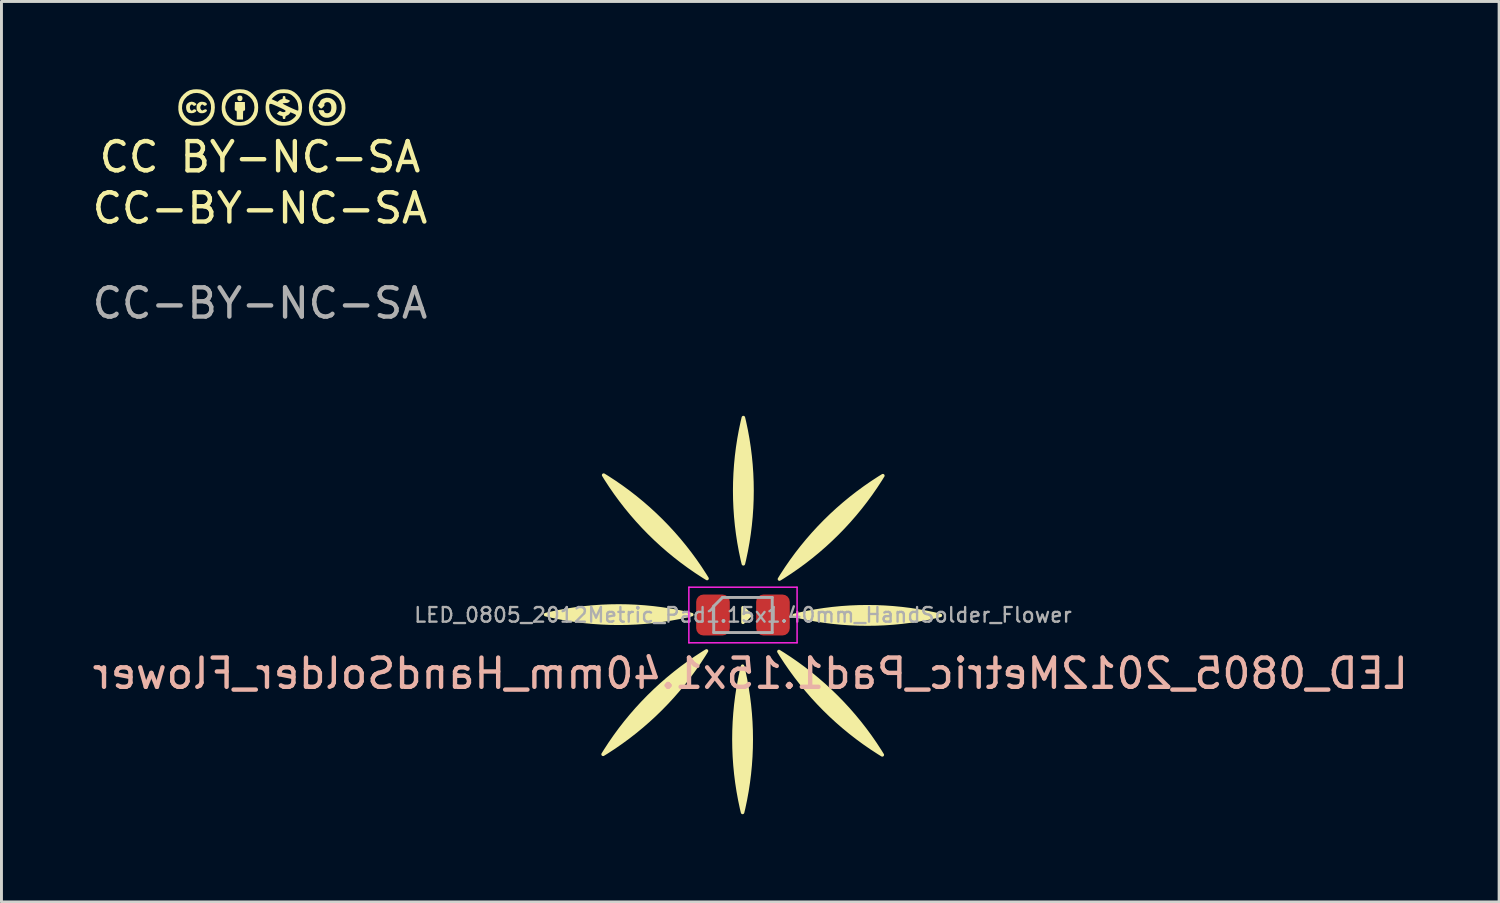
<source format=kicad_pcb>
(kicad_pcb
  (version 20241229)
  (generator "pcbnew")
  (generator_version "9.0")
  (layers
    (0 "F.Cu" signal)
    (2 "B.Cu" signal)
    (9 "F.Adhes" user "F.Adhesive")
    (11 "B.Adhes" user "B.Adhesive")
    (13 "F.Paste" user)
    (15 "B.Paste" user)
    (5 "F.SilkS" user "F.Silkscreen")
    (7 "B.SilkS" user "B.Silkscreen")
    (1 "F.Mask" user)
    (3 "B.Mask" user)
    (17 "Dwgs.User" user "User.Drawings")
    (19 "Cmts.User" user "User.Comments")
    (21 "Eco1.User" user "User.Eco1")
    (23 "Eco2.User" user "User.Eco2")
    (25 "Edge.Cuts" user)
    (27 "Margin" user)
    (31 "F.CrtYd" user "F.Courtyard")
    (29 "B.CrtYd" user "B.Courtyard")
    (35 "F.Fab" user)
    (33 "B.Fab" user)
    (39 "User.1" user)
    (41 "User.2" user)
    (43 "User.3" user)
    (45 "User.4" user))
  (footprint "LED_0805_2012Metric_Pad1.15x1.40mm_HandSolder_Flower"
    (layer "F.Cu")
    (at 22.351 17.976)
    (property "Reference" "LED_0805_2012Metric_Pad1.15x1.40mm_HandSolder_Flower" (at 0.25 2 0) (layer "B.SilkS") (effects (font (size 1 1) (thickness 0.15)) (justify mirror)))
    (attr smd)
    (fp_poly (pts (xy 0.25 0) (xy 0 0.25) (xy 0 -0.25)) (stroke (width 0.12) (type solid)) (fill yes) (layer "F.SilkS"))
    (fp_poly (pts (arc (start -6.75 -0.013437) (mid -4.25 0.282264) (end -1.75 -0.013437)) (arc (start -1.75 -0.013437) (mid -4.25 -0.30914) (end -6.75 -0.013437))) (stroke (width 0.12) (type solid)) (fill yes) (layer "F.SilkS"))
    (fp_poly (pts (arc (start -4.782472 4.763469) (mid -2.805613 3.204794) (end -1.246938 1.227935)) (arc (start -1.246938 1.227935) (mid -3.223799 2.786608) (end -4.782472 4.763469))) (stroke (width 0.12) (type solid)) (fill yes) (layer "F.SilkS"))
    (fp_poly (pts (arc (start -4.763469 -4.782472) (mid -3.204794 -2.805613) (end -1.227935 -1.246938)) (arc (start -1.227935 -1.246938) (mid -2.786608 -3.223799) (end -4.763469 -4.782472))) (stroke (width 0.12) (type solid)) (fill yes) (layer "F.SilkS"))
    (fp_poly (pts (arc (start -0.013437 6.75) (mid 0.282264 4.25) (end -0.013437 1.75)) (arc (start -0.013437 1.75) (mid -0.30914 4.25) (end -0.013437 6.75))) (stroke (width 0.12) (type solid)) (fill yes) (layer "F.SilkS"))
    (fp_poly (pts (arc (start 0.013437 -6.75) (mid -0.282264 -4.25) (end 0.013437 -1.75)) (arc (start 0.013437 -1.75) (mid 0.30914 -4.25) (end 0.013437 -6.75))) (stroke (width 0.12) (type solid)) (fill yes) (layer "F.SilkS"))
    (fp_poly (pts (arc (start 4.763469 4.782472) (mid 3.204794 2.805613) (end 1.227935 1.246938)) (arc (start 1.227935 1.246938) (mid 2.786608 3.223799) (end 4.763469 4.782472))) (stroke (width 0.12) (type solid)) (fill yes) (layer "F.SilkS"))
    (fp_poly (pts (arc (start 4.782472 -4.763469) (mid 2.805613 -3.204794) (end 1.246938 -1.227935)) (arc (start 1.246938 -1.227935) (mid 3.223799 -2.786608) (end 4.782472 -4.763469))) (stroke (width 0.12) (type solid)) (fill yes) (layer "F.SilkS"))
    (fp_poly (pts (arc (start 6.75 0.013437) (mid 4.25 -0.282264) (end 1.75 0.013437)) (arc (start 1.75 0.013437) (mid 4.25 0.30914) (end 6.75 0.013437))) (stroke (width 0.12) (type solid)) (fill yes) (layer "F.SilkS"))
    (fp_line (start -1.85 -0.95) (end 1.85 -0.95) (stroke (width 0.05) (type solid)) (layer "F.CrtYd"))
    (fp_line (start -1.85 0.95) (end -1.85 -0.95) (stroke (width 0.05) (type solid)) (layer "F.CrtYd"))
    (fp_line (start 1.85 -0.95) (end 1.85 0.95) (stroke (width 0.05) (type solid)) (layer "F.CrtYd"))
    (fp_line (start 1.85 0.95) (end -1.85 0.95) (stroke (width 0.05) (type solid)) (layer "F.CrtYd"))
    (fp_line (start -1 -0.3) (end -1 0.6) (stroke (width 0.1) (type solid)) (layer "F.Fab"))
    (fp_line (start -1 0.6) (end 1 0.6) (stroke (width 0.1) (type solid)) (layer "F.Fab"))
    (fp_line (start -0.7 -0.6) (end -1 -0.3) (stroke (width 0.1) (type solid)) (layer "F.Fab"))
    (fp_line (start 1 -0.6) (end -0.7 -0.6) (stroke (width 0.1) (type solid)) (layer "F.Fab"))
    (fp_line (start 1 0.6) (end 1 -0.6) (stroke (width 0.1) (type solid)) (layer "F.Fab"))
    (fp_text user "${REFERENCE}" (at 0 0 0) (layer "F.Fab") (effects (font (size 0.5 0.5) (thickness 0.08))))
    (pad "1" smd roundrect (at -1.025 0) (size 1.15 1.4) (layers "F.Cu" "F.Mask" "F.Paste") (roundrect_rratio 0.217))
    (pad "2" smd roundrect (at 1.025 0) (size 1.15 1.4) (layers "F.Cu" "F.Mask" "F.Paste") (roundrect_rratio 0.217)))
  (footprint "CC-BY-NC-SA"
    (layer "F.Cu")
    (at 5.839 4.818)
    (property "Reference" "CC-BY-NC-SA" (at 0 -0.75 0) (unlocked yes) (layer "F.SilkS") (effects (font (size 1 1) (thickness 0.15))))
    (fp_poly (pts (xy -0.634 -4.591) (xy -0.605 -4.554) (xy -0.598 -4.502) (xy -0.611 -4.447) (xy -0.648 -4.415) (xy -0.699 -4.409) (xy -0.745 -4.426) (xy -0.767 -4.456) (xy -0.776 -4.504) (xy -0.77 -4.553) (xy -0.755 -4.581) (xy -0.721 -4.598) (xy -0.687 -4.603)) (stroke (width 0) (type solid)) (fill yes) (layer "F.SilkS"))
    (fp_poly (pts (xy -0.512 -4.232) (xy -0.51 -4.16) (xy -0.511 -4.116) (xy -0.518 -4.094) (xy -0.531 -4.086) (xy -0.543 -4.085) (xy -0.561 -4.082) (xy -0.572 -4.07) (xy -0.577 -4.04) (xy -0.579 -3.986) (xy -0.58 -3.933) (xy -0.58 -3.781) (xy -0.794 -3.781) (xy -0.794 -3.933) (xy -0.795 -4.007) (xy -0.798 -4.052) (xy -0.805 -4.075) (xy -0.818 -4.084) (xy -0.83 -4.085) (xy -0.848 -4.087) (xy -0.859 -4.1) (xy -0.863 -4.128) (xy -0.863 -4.181) (xy -0.862 -4.232) (xy -0.857 -4.38) (xy -0.517 -4.38)) (stroke (width 0) (type solid)) (fill yes) (layer "F.SilkS"))
    (fp_poly (pts (xy -2.258 -4.375) (xy -2.211 -4.345) (xy -2.179 -4.316) (xy -2.172 -4.298) (xy -2.188 -4.281) (xy -2.196 -4.274) (xy -2.241 -4.249) (xy -2.275 -4.255) (xy -2.294 -4.272) (xy -2.323 -4.297) (xy -2.352 -4.29) (xy -2.374 -4.271) (xy -2.395 -4.23) (xy -2.398 -4.18) (xy -2.386 -4.131) (xy -2.36 -4.096) (xy -2.33 -4.085) (xy -2.307 -4.096) (xy -2.286 -4.114) (xy -2.256 -4.133) (xy -2.22 -4.126) (xy -2.213 -4.123) (xy -2.178 -4.101) (xy -2.174 -4.076) (xy -2.203 -4.043) (xy -2.216 -4.033) (xy -2.274 -4.006) (xy -2.348 -3.997) (xy -2.42 -4.006) (xy -2.449 -4.016) (xy -2.494 -4.058) (xy -2.52 -4.128) (xy -2.527 -4.203) (xy -2.521 -4.263) (xy -2.5 -4.308) (xy -2.474 -4.336) (xy -2.409 -4.378) (xy -2.334 -4.391)) (stroke (width 0) (type solid)) (fill yes) (layer "F.SilkS"))
    (fp_poly (pts (xy -1.914 -4.381) (xy -1.86 -4.362) (xy -1.826 -4.335) (xy -1.815 -4.304) (xy -1.832 -4.275) (xy -1.856 -4.261) (xy -1.894 -4.25) (xy -1.924 -4.266) (xy -1.928 -4.27) (xy -1.961 -4.295) (xy -1.989 -4.291) (xy -2.015 -4.267) (xy -2.041 -4.215) (xy -2.038 -4.158) (xy -2.009 -4.112) (xy -1.982 -4.091) (xy -1.958 -4.093) (xy -1.928 -4.11) (xy -1.882 -4.129) (xy -1.847 -4.129) (xy -1.817 -4.109) (xy -1.814 -4.082) (xy -1.835 -4.051) (xy -1.874 -4.024) (xy -1.926 -4.003) (xy -1.986 -3.996) (xy -2.046 -4.001) (xy -2.091 -4.024) (xy -2.117 -4.048) (xy -2.15 -4.087) (xy -2.165 -4.127) (xy -2.169 -4.186) (xy -2.169 -4.192) (xy -2.166 -4.253) (xy -2.151 -4.295) (xy -2.12 -4.333) (xy -2.117 -4.336) (xy -2.074 -4.371) (xy -2.028 -4.386) (xy -1.983 -4.389)) (stroke (width 0) (type solid)) (fill yes) (layer "F.SilkS"))
    (fp_poly (pts (xy 2.365 -4.524) (xy 2.458 -4.488) (xy 2.535 -4.425) (xy 2.583 -4.357) (xy 2.61 -4.282) (xy 2.617 -4.189) (xy 2.614 -4.13) (xy 2.59 -4.026) (xy 2.537 -3.943) (xy 2.459 -3.883) (xy 2.356 -3.848) (xy 2.318 -3.842) (xy 2.229 -3.845) (xy 2.161 -3.867) (xy 2.083 -3.922) (xy 2.032 -3.998) (xy 2.017 -4.049) (xy 2.006 -4.103) (xy 2.097 -4.103) (xy 2.152 -4.101) (xy 2.179 -4.093) (xy 2.189 -4.076) (xy 2.189 -4.068) (xy 2.204 -4.029) (xy 2.242 -4.004) (xy 2.292 -3.996) (xy 2.346 -4.004) (xy 2.391 -4.031) (xy 2.402 -4.043) (xy 2.428 -4.098) (xy 2.439 -4.172) (xy 2.435 -4.248) (xy 2.419 -4.306) (xy 2.38 -4.354) (xy 2.324 -4.378) (xy 2.263 -4.372) (xy 2.255 -4.369) (xy 2.218 -4.344) (xy 2.197 -4.315) (xy 2.197 -4.291) (xy 2.207 -4.284) (xy 2.208 -4.27) (xy 2.189 -4.241) (xy 2.16 -4.207) (xy 2.127 -4.177) (xy 2.099 -4.158) (xy 2.091 -4.156) (xy 2.068 -4.168) (xy 2.031 -4.199) (xy 2.01 -4.219) (xy 1.977 -4.258) (xy 1.969 -4.279) (xy 1.976 -4.282) (xy 1.997 -4.297) (xy 2.023 -4.336) (xy 2.041 -4.372) (xy 2.072 -4.431) (xy 2.109 -4.469) (xy 2.157 -4.496) (xy 2.263 -4.527)) (stroke (width 0) (type solid)) (fill yes) (layer "F.SilkS"))
    (fp_poly (pts (xy -0.549 -4.807) (xy -0.433 -4.775) (xy -0.329 -4.718) (xy -0.239 -4.64) (xy -0.155 -4.541) (xy -0.1 -4.437) (xy -0.07 -4.319) (xy -0.062 -4.192) (xy -0.072 -4.051) (xy -0.106 -3.931) (xy -0.166 -3.827) (xy -0.23 -3.754) (xy -0.319 -3.675) (xy -0.406 -3.621) (xy -0.502 -3.589) (xy -0.617 -3.574) (xy -0.669 -3.572) (xy -0.788 -3.573) (xy -0.875 -3.584) (xy -0.905 -3.593) (xy -1.014 -3.649) (xy -1.117 -3.727) (xy -1.196 -3.814) (xy -1.256 -3.909) (xy -1.292 -4.005) (xy -1.309 -4.114) (xy -1.309 -4.192) (xy -1.187 -4.192) (xy -1.17 -4.07) (xy -1.122 -3.956) (xy -1.047 -3.854) (xy -0.951 -3.771) (xy -0.839 -3.714) (xy -0.757 -3.697) (xy -0.659 -3.695) (xy -0.563 -3.708) (xy -0.522 -3.72) (xy -0.409 -3.776) (xy -0.317 -3.858) (xy -0.247 -3.959) (xy -0.203 -4.074) (xy -0.189 -4.198) (xy -0.205 -4.324) (xy -0.214 -4.354) (xy -0.268 -4.463) (xy -0.349 -4.556) (xy -0.451 -4.629) (xy -0.566 -4.676) (xy -0.687 -4.692) (xy -0.812 -4.675) (xy -0.926 -4.628) (xy -1.026 -4.555) (xy -1.105 -4.46) (xy -1.16 -4.349) (xy -1.186 -4.227) (xy -1.187 -4.192) (xy -1.309 -4.192) (xy -1.309 -4.224) (xy -1.296 -4.352) (xy -1.264 -4.459) (xy -1.208 -4.554) (xy -1.125 -4.649) (xy -1.027 -4.731) (xy -0.919 -4.784) (xy -0.794 -4.811) (xy -0.687 -4.817)) (stroke (width 0) (type solid)) (fill yes) (layer "F.SilkS"))
    (fp_poly (pts (xy -2.031 -4.807) (xy -1.915 -4.775) (xy -1.812 -4.718) (xy -1.721 -4.64) (xy -1.638 -4.541) (xy -1.582 -4.437) (xy -1.552 -4.319) (xy -1.544 -4.192) (xy -1.559 -4.038) (xy -1.603 -3.904) (xy -1.676 -3.789) (xy -1.781 -3.693) (xy -1.869 -3.638) (xy -1.929 -3.608) (xy -1.98 -3.589) (xy -2.035 -3.579) (xy -2.107 -3.574) (xy -2.143 -3.573) (xy -2.222 -3.573) (xy -2.293 -3.576) (xy -2.345 -3.582) (xy -2.357 -3.585) (xy -2.445 -3.623) (xy -2.538 -3.682) (xy -2.621 -3.75) (xy -2.67 -3.804) (xy -2.734 -3.902) (xy -2.773 -4.001) (xy -2.791 -4.111) (xy -2.791 -4.168) (xy -2.667 -4.168) (xy -2.646 -4.049) (xy -2.595 -3.939) (xy -2.517 -3.842) (xy -2.414 -3.763) (xy -2.318 -3.717) (xy -2.233 -3.699) (xy -2.133 -3.699) (xy -2.032 -3.717) (xy -1.955 -3.745) (xy -1.838 -3.82) (xy -1.753 -3.914) (xy -1.697 -4.027) (xy -1.674 -4.149) (xy -1.677 -4.278) (xy -1.711 -4.391) (xy -1.778 -4.495) (xy -1.819 -4.541) (xy -1.923 -4.622) (xy -2.037 -4.672) (xy -2.156 -4.691) (xy -2.274 -4.681) (xy -2.387 -4.642) (xy -2.489 -4.575) (xy -2.574 -4.482) (xy -2.615 -4.413) (xy -2.658 -4.291) (xy -2.667 -4.168) (xy -2.791 -4.168) (xy -2.792 -4.223) (xy -2.778 -4.351) (xy -2.747 -4.457) (xy -2.692 -4.551) (xy -2.61 -4.645) (xy -2.604 -4.65) (xy -2.506 -4.731) (xy -2.401 -4.784) (xy -2.28 -4.811) (xy -2.169 -4.817)) (stroke (width 0) (type solid)) (fill yes) (layer "F.SilkS"))
    (fp_poly (pts (xy 2.442 -4.805) (xy 2.541 -4.779) (xy 2.646 -4.723) (xy 2.745 -4.641) (xy 2.827 -4.543) (xy 2.883 -4.437) (xy 2.883 -4.437) (xy 2.914 -4.312) (xy 2.922 -4.175) (xy 2.908 -4.039) (xy 2.883 -3.947) (xy 2.829 -3.846) (xy 2.75 -3.75) (xy 2.655 -3.668) (xy 2.552 -3.61) (xy 2.538 -3.604) (xy 2.451 -3.582) (xy 2.346 -3.57) (xy 2.238 -3.568) (xy 2.14 -3.578) (xy 2.078 -3.594) (xy 1.957 -3.656) (xy 1.848 -3.745) (xy 1.76 -3.854) (xy 1.699 -3.975) (xy 1.696 -3.983) (xy 1.676 -4.078) (xy 1.671 -4.19) (xy 1.671 -4.192) (xy 1.796 -4.192) (xy 1.813 -4.07) (xy 1.861 -3.956) (xy 1.936 -3.854) (xy 2.032 -3.771) (xy 2.144 -3.714) (xy 2.226 -3.697) (xy 2.324 -3.695) (xy 2.42 -3.708) (xy 2.461 -3.72) (xy 2.573 -3.776) (xy 2.667 -3.859) (xy 2.738 -3.963) (xy 2.782 -4.081) (xy 2.792 -4.146) (xy 2.786 -4.277) (xy 2.75 -4.396) (xy 2.689 -4.5) (xy 2.605 -4.584) (xy 2.504 -4.646) (xy 2.389 -4.683) (xy 2.266 -4.691) (xy 2.138 -4.666) (xy 2.133 -4.665) (xy 2.026 -4.611) (xy 1.934 -4.531) (xy 1.861 -4.43) (xy 1.814 -4.316) (xy 1.796 -4.195) (xy 1.796 -4.192) (xy 1.671 -4.192) (xy 1.68 -4.305) (xy 1.701 -4.41) (xy 1.724 -4.469) (xy 1.784 -4.564) (xy 1.866 -4.654) (xy 1.959 -4.729) (xy 2.054 -4.779) (xy 2.055 -4.78) (xy 2.175 -4.81) (xy 2.309 -4.818)) (stroke (width 0) (type solid)) (fill yes) (layer "F.SilkS"))
    (fp_poly (pts (xy 0.952 -4.807) (xy 1.068 -4.775) (xy 1.171 -4.718) (xy 1.262 -4.64) (xy 1.345 -4.541) (xy 1.401 -4.437) (xy 1.431 -4.319) (xy 1.439 -4.192) (xy 1.428 -4.051) (xy 1.394 -3.931) (xy 1.334 -3.827) (xy 1.271 -3.754) (xy 1.181 -3.675) (xy 1.094 -3.621) (xy 0.999 -3.589) (xy 0.884 -3.574) (xy 0.831 -3.572) (xy 0.712 -3.573) (xy 0.626 -3.584) (xy 0.595 -3.593) (xy 0.486 -3.649) (xy 0.384 -3.727) (xy 0.304 -3.814) (xy 0.245 -3.909) (xy 0.208 -4.005) (xy 0.192 -4.114) (xy 0.191 -4.199) (xy 0.314 -4.199) (xy 0.33 -4.073) (xy 0.375 -3.959) (xy 0.446 -3.861) (xy 0.537 -3.782) (xy 0.643 -3.727) (xy 0.76 -3.697) (xy 0.883 -3.698) (xy 0.978 -3.72) (xy 1.044 -3.75) (xy 1.113 -3.796) (xy 1.176 -3.848) (xy 1.219 -3.898) (xy 1.225 -3.908) (xy 1.232 -3.928) (xy 1.221 -3.946) (xy 1.188 -3.966) (xy 1.142 -3.987) (xy 1.089 -4.01) (xy 1.05 -4.024) (xy 1.037 -4.027) (xy 1.026 -4.01) (xy 1.012 -3.983) (xy 0.982 -3.951) (xy 0.936 -3.924) (xy 0.93 -3.922) (xy 0.887 -3.901) (xy 0.869 -3.873) (xy 0.867 -3.849) (xy 0.862 -3.812) (xy 0.838 -3.8) (xy 0.823 -3.799) (xy 0.791 -3.805) (xy 0.779 -3.829) (xy 0.778 -3.853) (xy 0.773 -3.891) (xy 0.752 -3.905) (xy 0.738 -3.906) (xy 0.696 -3.916) (xy 0.646 -3.938) (xy 0.637 -3.943) (xy 0.577 -3.98) (xy 0.627 -4.032) (xy 0.661 -4.065) (xy 0.684 -4.074) (xy 0.71 -4.063) (xy 0.72 -4.057) (xy 0.766 -4.038) (xy 0.815 -4.034) (xy 0.855 -4.044) (xy 0.875 -4.067) (xy 0.876 -4.072) (xy 0.867 -4.089) (xy 0.839 -4.111) (xy 0.787 -4.14) (xy 0.708 -4.178) (xy 0.611 -4.223) (xy 0.506 -4.269) (xy 0.429 -4.301) (xy 0.376 -4.317) (xy 0.343 -4.318) (xy 0.324 -4.303) (xy 0.316 -4.271) (xy 0.314 -4.223) (xy 0.314 -4.199) (xy 0.191 -4.199) (xy 0.191 -4.224) (xy 0.205 -4.352) (xy 0.237 -4.459) (xy 0.249 -4.479) (xy 0.397 -4.479) (xy 0.498 -4.432) (xy 0.6 -4.386) (xy 0.654 -4.432) (xy 0.698 -4.462) (xy 0.737 -4.477) (xy 0.744 -4.478) (xy 0.769 -4.487) (xy 0.778 -4.52) (xy 0.778 -4.531) (xy 0.783 -4.57) (xy 0.803 -4.584) (xy 0.823 -4.585) (xy 0.854 -4.579) (xy 0.866 -4.555) (xy 0.867 -4.531) (xy 0.875 -4.49) (xy 0.895 -4.478) (xy 0.929 -4.47) (xy 0.975 -4.451) (xy 0.978 -4.449) (xy 1.033 -4.421) (xy 0.994 -4.382) (xy 0.955 -4.356) (xy 0.901 -4.345) (xy 0.867 -4.344) (xy 0.816 -4.341) (xy 0.783 -4.332) (xy 0.776 -4.326) (xy 0.791 -4.314) (xy 0.832 -4.291) (xy 0.892 -4.26) (xy 0.965 -4.225) (xy 1.044 -4.188) (xy 1.123 -4.152) (xy 1.194 -4.122) (xy 1.251 -4.099) (xy 1.287 -4.087) (xy 1.294 -4.086) (xy 1.306 -4.093) (xy 1.312 -4.119) (xy 1.312 -4.17) (xy 1.31 -4.214) (xy 1.292 -4.335) (xy 1.253 -4.434) (xy 1.189 -4.521) (xy 1.159 -4.552) (xy 1.087 -4.614) (xy 1.02 -4.653) (xy 0.946 -4.674) (xy 0.854 -4.683) (xy 0.814 -4.683) (xy 0.734 -4.682) (xy 0.678 -4.676) (xy 0.634 -4.663) (xy 0.589 -4.64) (xy 0.581 -4.636) (xy 0.522 -4.596) (xy 0.466 -4.55) (xy 0.449 -4.533) (xy 0.397 -4.479) (xy 0.249 -4.479) (xy 0.293 -4.554) (xy 0.376 -4.649) (xy 0.474 -4.731) (xy 0.582 -4.784) (xy 0.706 -4.811) (xy 0.814 -4.817)) (stroke (width 0) (type solid)) (fill yes) (layer "F.SilkS"))
    (fp_text user "CC BY-NC-SA" (at 0 -2.5 0) (unlocked yes) (layer "F.SilkS") (effects (font (size 1 1) (thickness 0.15))))
    (fp_text user "${REFERENCE}" (at 0 2.5 0) (unlocked yes) (layer "F.Fab") (effects (font (size 1 1) (thickness 0.15)))))
  (gr_rect
    (start -3 -3)
    (end 48.202 27.786)
    (stroke (width 0.1) (type default))
    (fill no)
    (layer "Edge.Cuts")))
</source>
